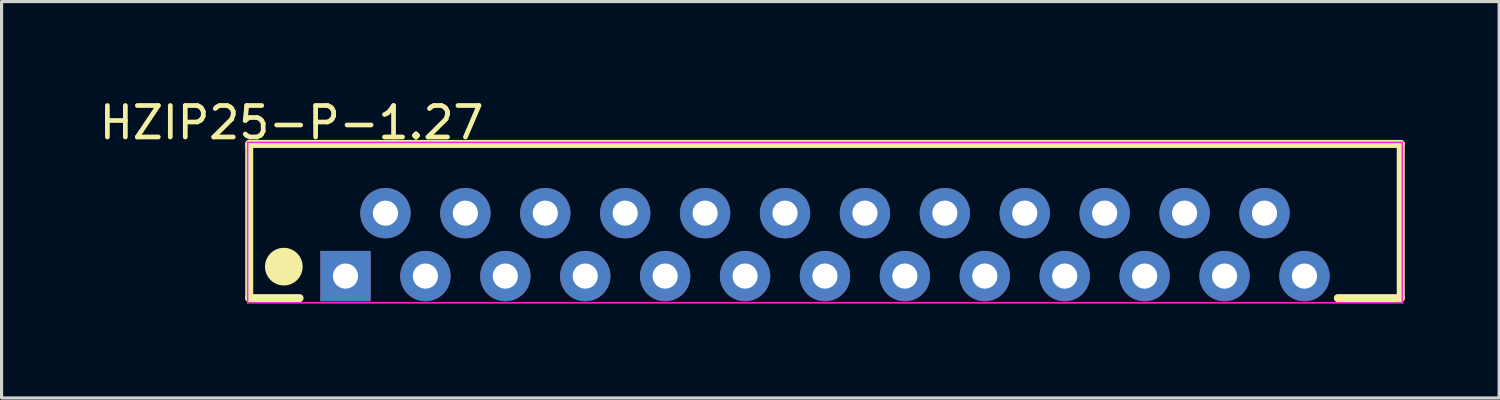
<source format=kicad_pcb>
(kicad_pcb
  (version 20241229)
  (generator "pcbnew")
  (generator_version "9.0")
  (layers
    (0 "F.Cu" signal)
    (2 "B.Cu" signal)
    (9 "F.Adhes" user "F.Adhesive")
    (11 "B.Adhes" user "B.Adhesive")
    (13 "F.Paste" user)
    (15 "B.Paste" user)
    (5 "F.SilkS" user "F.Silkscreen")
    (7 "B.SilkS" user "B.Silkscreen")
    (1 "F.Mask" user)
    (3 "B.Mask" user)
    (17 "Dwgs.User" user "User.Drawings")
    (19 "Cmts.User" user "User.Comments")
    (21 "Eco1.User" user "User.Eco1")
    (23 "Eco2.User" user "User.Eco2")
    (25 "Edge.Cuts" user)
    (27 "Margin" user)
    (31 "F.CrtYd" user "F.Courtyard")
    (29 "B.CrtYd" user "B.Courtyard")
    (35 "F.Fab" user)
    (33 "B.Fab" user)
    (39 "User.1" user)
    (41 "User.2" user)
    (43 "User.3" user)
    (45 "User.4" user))
  (footprint "HZIP25-P-1.27"
    (layer "F.Cu")
    (at 7.931 5.725)
    (property "Reference" "HZIP25-P-1.27" (at -1.711 -4.876 0) (layer "F.SilkS") (effects (font (size 1 1) (thickness 0.15))))
    (attr through_hole)
    (fp_line (start -3.06 -4.2) (end 33.54 -4.2) (stroke (width 0.254) (type solid)) (layer "F.SilkS"))
    (fp_line (start -3.06 0.7) (end -3.06 -4.2) (stroke (width 0.254) (type solid)) (layer "F.SilkS"))
    (fp_line (start -3.06 0.7) (end -1.46 0.7) (stroke (width 0.254) (type solid)) (layer "F.SilkS"))
    (fp_line (start 31.54 0.7) (end 33.54 0.7) (stroke (width 0.254) (type solid)) (layer "F.SilkS"))
    (fp_line (start 33.54 0.7) (end 33.54 -4.2) (stroke (width 0.254) (type solid)) (layer "F.SilkS"))
    (fp_circle (center -1.96 -0.3) (end -1.66 -0.3) (stroke (width 0.6) (type solid)) (fill no) (layer "F.SilkS"))
    (fp_line (start -3.11 -4.25) (end 33.59 -4.25) (stroke (width 0.05) (type solid)) (layer "F.CrtYd"))
    (fp_line (start -3.11 0.85) (end -3.11 -4.25) (stroke (width 0.05) (type solid)) (layer "F.CrtYd"))
    (fp_line (start 33.59 -4.25) (end 33.59 0.85) (stroke (width 0.05) (type solid)) (layer "F.CrtYd"))
    (fp_line (start 33.59 0.85) (end -3.11 0.85) (stroke (width 0.05) (type solid)) (layer "F.CrtYd"))
    (pad "1" thru_hole rect (at 0 0) (size 1.6 1.6) (drill 0.8) (layers "*.Cu" "*.Mask"))
    (pad "2" thru_hole oval (at 1.27 -2) (size 1.6 1.6) (drill 0.8) (layers "*.Cu" "*.Mask"))
    (pad "3" thru_hole oval (at 2.54 0) (size 1.6 1.6) (drill 0.8) (layers "*.Cu" "*.Mask"))
    (pad "4" thru_hole oval (at 3.81 -2) (size 1.6 1.6) (drill 0.8) (layers "*.Cu" "*.Mask"))
    (pad "5" thru_hole oval (at 5.08 0) (size 1.6 1.6) (drill 0.8) (layers "*.Cu" "*.Mask"))
    (pad "6" thru_hole oval (at 6.35 -2) (size 1.6 1.6) (drill 0.8) (layers "*.Cu" "*.Mask"))
    (pad "7" thru_hole oval (at 7.62 0) (size 1.6 1.6) (drill 0.8) (layers "*.Cu" "*.Mask"))
    (pad "8" thru_hole oval (at 8.89 -2) (size 1.6 1.6) (drill 0.8) (layers "*.Cu" "*.Mask"))
    (pad "9" thru_hole oval (at 10.16 0) (size 1.6 1.6) (drill 0.8) (layers "*.Cu" "*.Mask"))
    (pad "10" thru_hole oval (at 11.43 -2) (size 1.6 1.6) (drill 0.8) (layers "*.Cu" "*.Mask"))
    (pad "11" thru_hole oval (at 12.7 0) (size 1.6 1.6) (drill 0.8) (layers "*.Cu" "*.Mask"))
    (pad "12" thru_hole oval (at 13.97 -2) (size 1.6 1.6) (drill 0.8) (layers "*.Cu" "*.Mask"))
    (pad "13" thru_hole oval (at 15.24 0) (size 1.6 1.6) (drill 0.8) (layers "*.Cu" "*.Mask"))
    (pad "14" thru_hole oval (at 16.51 -2) (size 1.6 1.6) (drill 0.8) (layers "*.Cu" "*.Mask"))
    (pad "15" thru_hole oval (at 17.78 0) (size 1.6 1.6) (drill 0.8) (layers "*.Cu" "*.Mask"))
    (pad "16" thru_hole oval (at 19.05 -2) (size 1.6 1.6) (drill 0.8) (layers "*.Cu" "*.Mask"))
    (pad "17" thru_hole oval (at 20.32 0) (size 1.6 1.6) (drill 0.8) (layers "*.Cu" "*.Mask"))
    (pad "18" thru_hole oval (at 21.59 -2) (size 1.6 1.6) (drill 0.8) (layers "*.Cu" "*.Mask"))
    (pad "19" thru_hole oval (at 22.86 0) (size 1.6 1.6) (drill 0.8) (layers "*.Cu" "*.Mask"))
    (pad "20" thru_hole oval (at 24.13 -2) (size 1.6 1.6) (drill 0.8) (layers "*.Cu" "*.Mask"))
    (pad "21" thru_hole oval (at 25.4 0) (size 1.6 1.6) (drill 0.8) (layers "*.Cu" "*.Mask"))
    (pad "22" thru_hole oval (at 26.67 -2) (size 1.6 1.6) (drill 0.8) (layers "*.Cu" "*.Mask"))
    (pad "23" thru_hole oval (at 27.94 0) (size 1.6 1.6) (drill 0.8) (layers "*.Cu" "*.Mask"))
    (pad "24" thru_hole oval (at 29.21 -2) (size 1.6 1.6) (drill 0.8) (layers "*.Cu" "*.Mask"))
    (pad "25" thru_hole oval (at 30.48 0) (size 1.6 1.6) (drill 0.8) (layers "*.Cu" "*.Mask")))
  (gr_rect
    (start -3 -3)
    (end 44.598 9.6)
    (stroke (width 0.1) (type default))
    (fill no)
    (layer "Edge.Cuts")))
</source>
